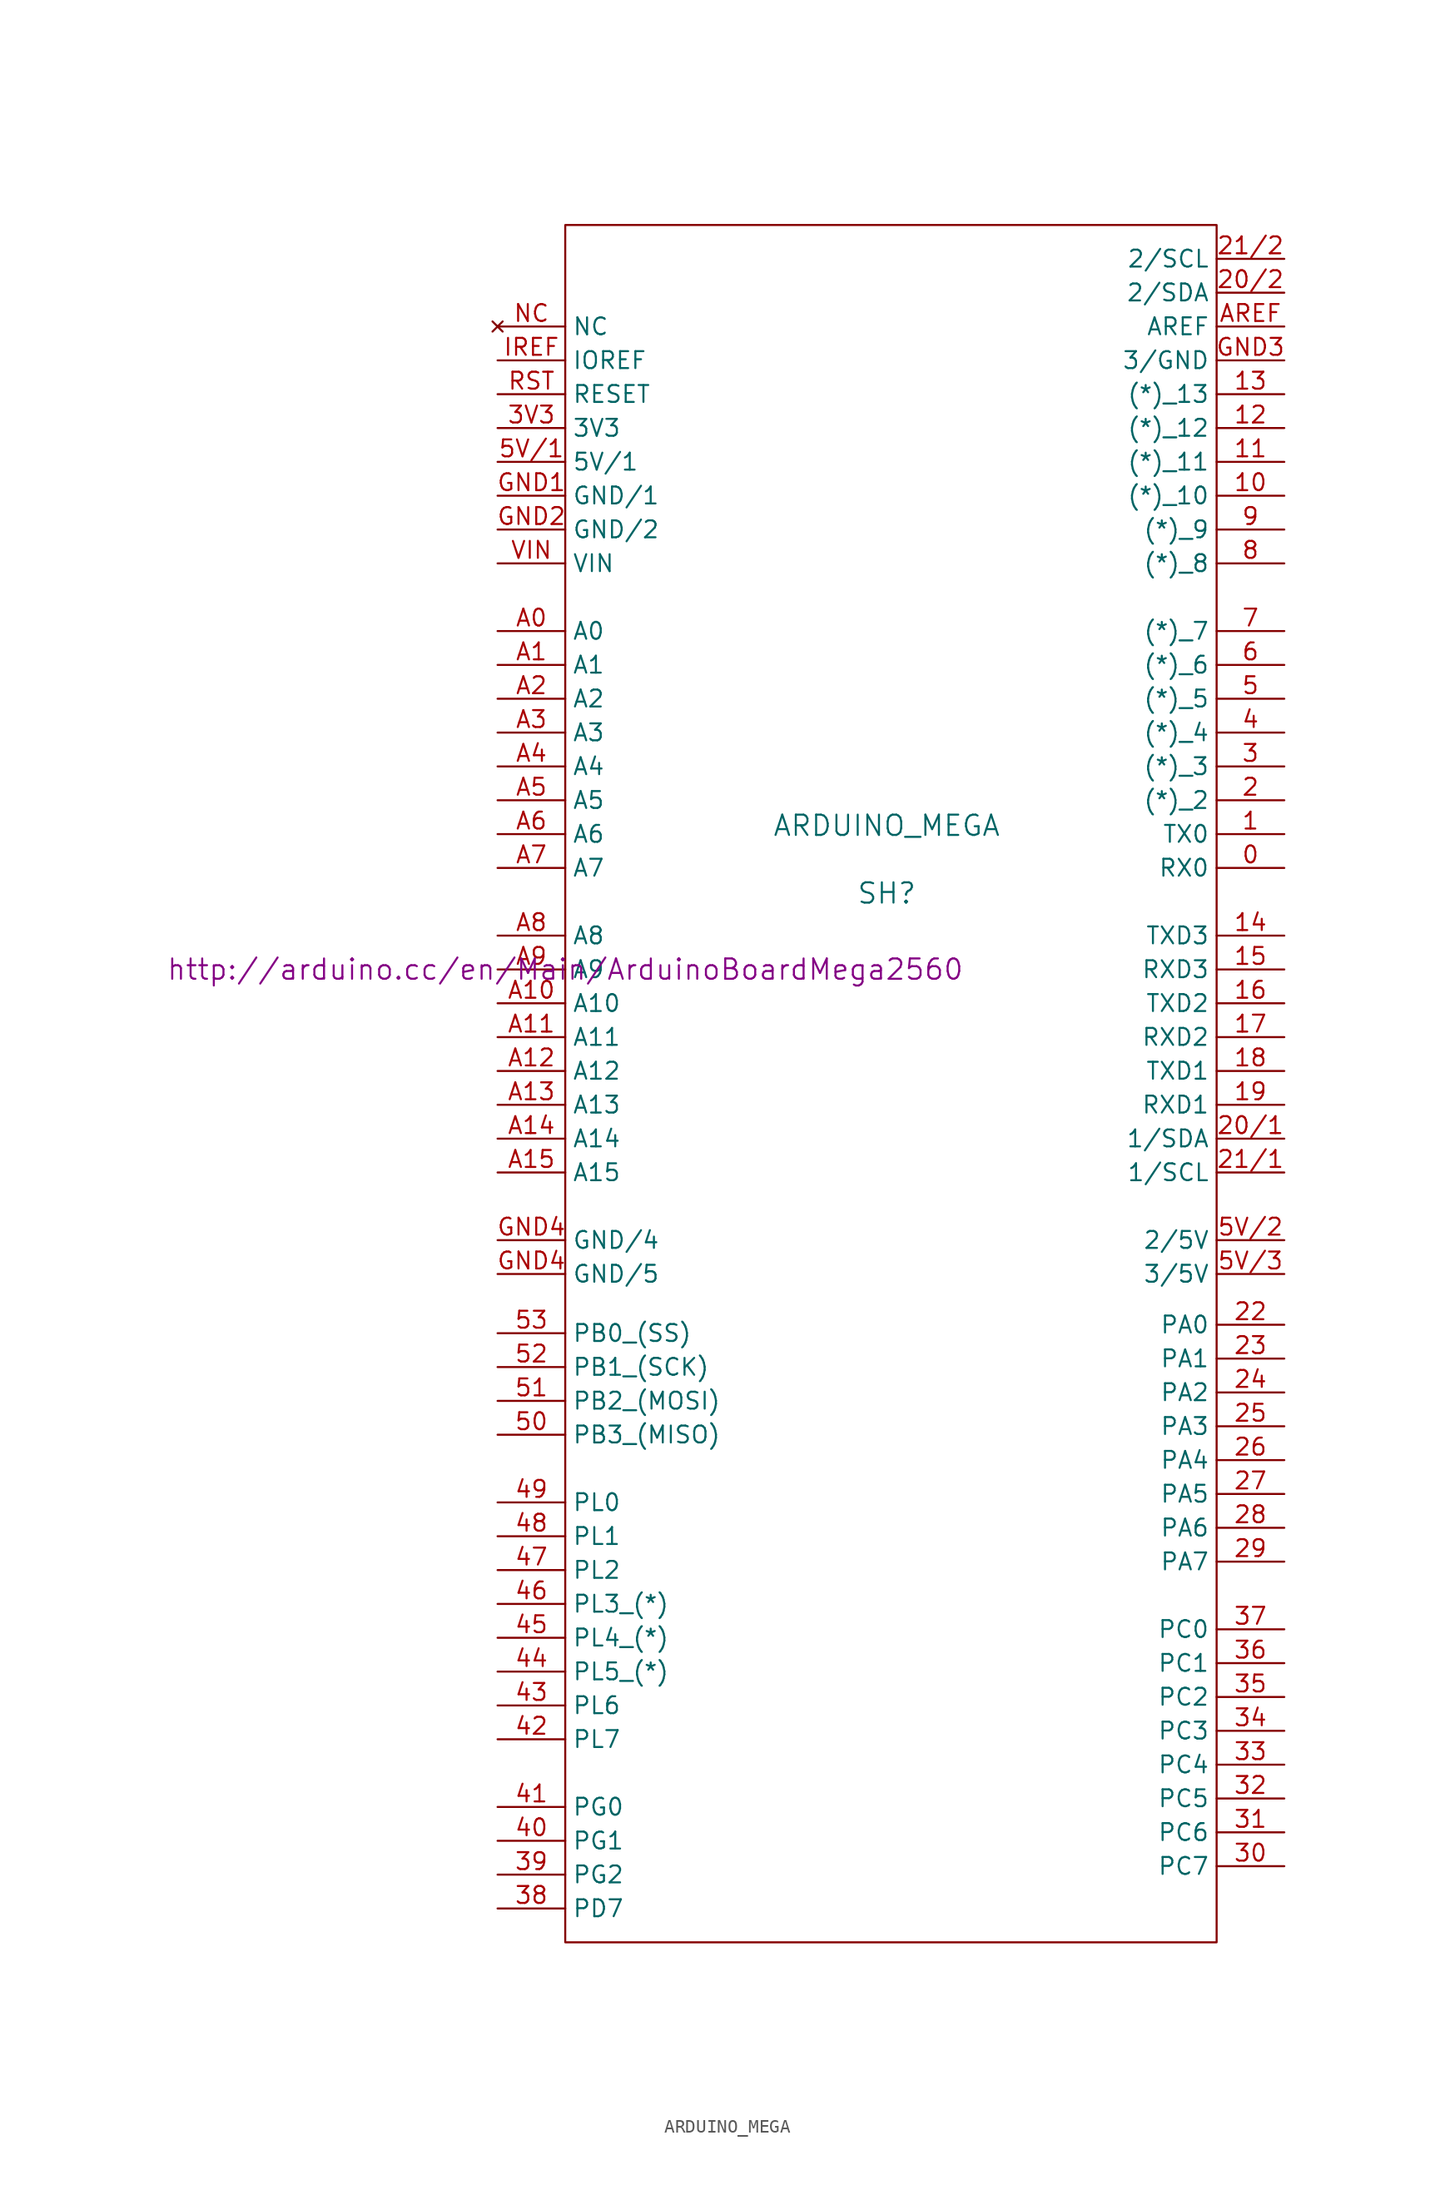
<source format=kicad_sym>
(kicad_symbol_lib
  (version 20201005)
  (generator kicad_symbol_editor)
  (symbol "Zimprich:ARDUINO_MEGA"
    (property "Reference" "SH"
      (at 0 13.335 0)
      (effects (font (size 1.524 1.524))))
    (property "Value" "ARDUINO_MEGA"
      (at 0 18.415 0)
      (effects (font (size 1.524 1.524))))
    (property "Footprint" ""
      (at -24.13 7.62 0)
      (effects (font (size 1.524 1.524))))
    (property "Datasheet" "http://arduino.cc/en/Main/ArduinoBoardMega2560"
      (at -24.13 7.62 0)
      (effects (font (size 1.524 1.524))))
    (symbol "ARDUINO_MEGA_0_1"
      (rectangle (start -24.13 -65.405) (end 24.765 63.5) (stroke (width 0)) (fill (type none))))
    (symbol "ARDUINO_MEGA_1_1"
      (pin input line (at 29.845 15.24 180) (length 5.08) (name "RX0" (effects (font (size 1.27 1.27)))) (number "0" (effects (font (size 1.27 1.27)))))
      (pin input line (at 29.845 17.78 180) (length 5.08) (name "TX0" (effects (font (size 1.27 1.27)))) (number "1" (effects (font (size 1.27 1.27)))))
      (pin input line (at 29.845 43.18 180) (length 5.08) (name "(*)_10" (effects (font (size 1.27 1.27)))) (number "10" (effects (font (size 1.27 1.27)))))
      (pin input line (at 29.845 45.72 180) (length 5.08) (name "(*)_11" (effects (font (size 1.27 1.27)))) (number "11" (effects (font (size 1.27 1.27)))))
      (pin input line (at 29.845 48.26 180) (length 5.08) (name "(*)_12" (effects (font (size 1.27 1.27)))) (number "12" (effects (font (size 1.27 1.27)))))
      (pin input line (at 29.845 50.8 180) (length 5.08) (name "(*)_13" (effects (font (size 1.27 1.27)))) (number "13" (effects (font (size 1.27 1.27)))))
      (pin input line (at 29.845 10.16 180) (length 5.08) (name "TXD3" (effects (font (size 1.27 1.27)))) (number "14" (effects (font (size 1.27 1.27)))))
      (pin input line (at 29.845 7.62 180) (length 5.08) (name "RXD3" (effects (font (size 1.27 1.27)))) (number "15" (effects (font (size 1.27 1.27)))))
      (pin input line (at 29.845 5.08 180) (length 5.08) (name "TXD2" (effects (font (size 1.27 1.27)))) (number "16" (effects (font (size 1.27 1.27)))))
      (pin input line (at 29.845 2.54 180) (length 5.08) (name "RXD2" (effects (font (size 1.27 1.27)))) (number "17" (effects (font (size 1.27 1.27)))))
      (pin input line (at 29.845 0 180) (length 5.08) (name "TXD1" (effects (font (size 1.27 1.27)))) (number "18" (effects (font (size 1.27 1.27)))))
      (pin input line (at 29.845 -2.54 180) (length 5.08) (name "RXD1" (effects (font (size 1.27 1.27)))) (number "19" (effects (font (size 1.27 1.27)))))
      (pin input line (at 29.845 20.32 180) (length 5.08) (name "(*)_2" (effects (font (size 1.27 1.27)))) (number "2" (effects (font (size 1.27 1.27)))))
      (pin input line (at 29.845 -5.08 180) (length 5.08) (name "1/SDA" (effects (font (size 1.27 1.27)))) (number "20/1" (effects (font (size 1.27 1.27)))))
      (pin input line (at 29.845 58.42 180) (length 5.08) (name "2/SDA" (effects (font (size 1.27 1.27)))) (number "20/2" (effects (font (size 1.27 1.27)))))
      (pin input line (at 29.845 -7.62 180) (length 5.08) (name "1/SCL" (effects (font (size 1.27 1.27)))) (number "21/1" (effects (font (size 1.27 1.27)))))
      (pin input line (at 29.845 60.96 180) (length 5.08) (name "2/SCL" (effects (font (size 1.27 1.27)))) (number "21/2" (effects (font (size 1.27 1.27)))))
      (pin input line (at 29.845 -19.05 180) (length 5.08) (name "PA0" (effects (font (size 1.27 1.27)))) (number "22" (effects (font (size 1.27 1.27)))))
      (pin input line (at 29.845 -21.59 180) (length 5.08) (name "PA1" (effects (font (size 1.27 1.27)))) (number "23" (effects (font (size 1.27 1.27)))))
      (pin input line (at 29.845 -24.13 180) (length 5.08) (name "PA2" (effects (font (size 1.27 1.27)))) (number "24" (effects (font (size 1.27 1.27)))))
      (pin input line (at 29.845 -26.67 180) (length 5.08) (name "PA3" (effects (font (size 1.27 1.27)))) (number "25" (effects (font (size 1.27 1.27)))))
      (pin input line (at 29.845 -29.21 180) (length 5.08) (name "PA4" (effects (font (size 1.27 1.27)))) (number "26" (effects (font (size 1.27 1.27)))))
      (pin input line (at 29.845 -31.75 180) (length 5.08) (name "PA5" (effects (font (size 1.27 1.27)))) (number "27" (effects (font (size 1.27 1.27)))))
      (pin input line (at 29.845 -34.29 180) (length 5.08) (name "PA6" (effects (font (size 1.27 1.27)))) (number "28" (effects (font (size 1.27 1.27)))))
      (pin input line (at 29.845 -36.83 180) (length 5.08) (name "PA7" (effects (font (size 1.27 1.27)))) (number "29" (effects (font (size 1.27 1.27)))))
      (pin input line (at 29.845 22.86 180) (length 5.08) (name "(*)_3" (effects (font (size 1.27 1.27)))) (number "3" (effects (font (size 1.27 1.27)))))
      (pin input line (at 29.845 -59.69 180) (length 5.08) (name "PC7" (effects (font (size 1.27 1.27)))) (number "30" (effects (font (size 1.27 1.27)))))
      (pin input line (at 29.845 -57.15 180) (length 5.08) (name "PC6" (effects (font (size 1.27 1.27)))) (number "31" (effects (font (size 1.27 1.27)))))
      (pin input line (at 29.845 -54.61 180) (length 5.08) (name "PC5" (effects (font (size 1.27 1.27)))) (number "32" (effects (font (size 1.27 1.27)))))
      (pin input line (at 29.845 -52.07 180) (length 5.08) (name "PC4" (effects (font (size 1.27 1.27)))) (number "33" (effects (font (size 1.27 1.27)))))
      (pin input line (at 29.845 -49.53 180) (length 5.08) (name "PC3" (effects (font (size 1.27 1.27)))) (number "34" (effects (font (size 1.27 1.27)))))
      (pin input line (at 29.845 -46.99 180) (length 5.08) (name "PC2" (effects (font (size 1.27 1.27)))) (number "35" (effects (font (size 1.27 1.27)))))
      (pin input line (at 29.845 -44.45 180) (length 5.08) (name "PC1" (effects (font (size 1.27 1.27)))) (number "36" (effects (font (size 1.27 1.27)))))
      (pin input line (at 29.845 -41.91 180) (length 5.08) (name "PC0" (effects (font (size 1.27 1.27)))) (number "37" (effects (font (size 1.27 1.27)))))
      (pin input line (at -29.21 -62.865 0) (length 5.08) (name "PD7" (effects (font (size 1.27 1.27)))) (number "38" (effects (font (size 1.27 1.27)))))
      (pin input line (at -29.21 -60.325 0) (length 5.08) (name "PG2" (effects (font (size 1.27 1.27)))) (number "39" (effects (font (size 1.27 1.27)))))
      (pin input line (at -29.21 48.26 0) (length 5.08) (name "3V3" (effects (font (size 1.27 1.27)))) (number "3V3" (effects (font (size 1.27 1.27)))))
      (pin input line (at 29.845 25.4 180) (length 5.08) (name "(*)_4" (effects (font (size 1.27 1.27)))) (number "4" (effects (font (size 1.27 1.27)))))
      (pin input line (at -29.21 -57.785 0) (length 5.08) (name "PG1" (effects (font (size 1.27 1.27)))) (number "40" (effects (font (size 1.27 1.27)))))
      (pin input line (at -29.21 -55.245 0) (length 5.08) (name "PG0" (effects (font (size 1.27 1.27)))) (number "41" (effects (font (size 1.27 1.27)))))
      (pin input line (at -29.21 -50.165 0) (length 5.08) (name "PL7" (effects (font (size 1.27 1.27)))) (number "42" (effects (font (size 1.27 1.27)))))
      (pin input line (at -29.21 -47.625 0) (length 5.08) (name "PL6" (effects (font (size 1.27 1.27)))) (number "43" (effects (font (size 1.27 1.27)))))
      (pin input line (at -29.21 -45.085 0) (length 5.08) (name "PL5_(*)" (effects (font (size 1.27 1.27)))) (number "44" (effects (font (size 1.27 1.27)))))
      (pin input line (at -29.21 -42.545 0) (length 5.08) (name "PL4_(*)" (effects (font (size 1.27 1.27)))) (number "45" (effects (font (size 1.27 1.27)))))
      (pin input line (at -29.21 -40.005 0) (length 5.08) (name "PL3_(*)" (effects (font (size 1.27 1.27)))) (number "46" (effects (font (size 1.27 1.27)))))
      (pin input line (at -29.21 -37.465 0) (length 5.08) (name "PL2" (effects (font (size 1.27 1.27)))) (number "47" (effects (font (size 1.27 1.27)))))
      (pin input line (at -29.21 -34.925 0) (length 5.08) (name "PL1" (effects (font (size 1.27 1.27)))) (number "48" (effects (font (size 1.27 1.27)))))
      (pin input line (at -29.21 -32.385 0) (length 5.08) (name "PL0" (effects (font (size 1.27 1.27)))) (number "49" (effects (font (size 1.27 1.27)))))
      (pin input line (at 29.845 27.94 180) (length 5.08) (name "(*)_5" (effects (font (size 1.27 1.27)))) (number "5" (effects (font (size 1.27 1.27)))))
      (pin input line (at -29.21 -27.305 0) (length 5.08) (name "PB3_(MISO)" (effects (font (size 1.27 1.27)))) (number "50" (effects (font (size 1.27 1.27)))))
      (pin input line (at -29.21 -24.765 0) (length 5.08) (name "PB2_(MOSI)" (effects (font (size 1.27 1.27)))) (number "51" (effects (font (size 1.27 1.27)))))
      (pin input line (at -29.21 -22.225 0) (length 5.08) (name "PB1_(SCK)" (effects (font (size 1.27 1.27)))) (number "52" (effects (font (size 1.27 1.27)))))
      (pin input line (at -29.21 -19.685 0) (length 5.08) (name "PB0_(SS)" (effects (font (size 1.27 1.27)))) (number "53" (effects (font (size 1.27 1.27)))))
      (pin input line (at -29.21 45.72 0) (length 5.08) (name "5V/1" (effects (font (size 1.27 1.27)))) (number "5V/1" (effects (font (size 1.27 1.27)))))
      (pin input line (at 29.845 -12.7 180) (length 5.08) (name "2/5V" (effects (font (size 1.27 1.27)))) (number "5V/2" (effects (font (size 1.27 1.27)))))
      (pin input line (at 29.845 -15.24 180) (length 5.08) (name "3/5V" (effects (font (size 1.27 1.27)))) (number "5V/3" (effects (font (size 1.27 1.27)))))
      (pin input line (at 29.845 30.48 180) (length 5.08) (name "(*)_6" (effects (font (size 1.27 1.27)))) (number "6" (effects (font (size 1.27 1.27)))))
      (pin input line (at 29.845 33.02 180) (length 5.08) (name "(*)_7" (effects (font (size 1.27 1.27)))) (number "7" (effects (font (size 1.27 1.27)))))
      (pin input line (at 29.845 38.1 180) (length 5.08) (name "(*)_8" (effects (font (size 1.27 1.27)))) (number "8" (effects (font (size 1.27 1.27)))))
      (pin input line (at 29.845 40.64 180) (length 5.08) (name "(*)_9" (effects (font (size 1.27 1.27)))) (number "9" (effects (font (size 1.27 1.27)))))
      (pin input line (at -29.21 33.02 0) (length 5.08) (name "A0" (effects (font (size 1.27 1.27)))) (number "A0" (effects (font (size 1.27 1.27)))))
      (pin input line (at -29.21 30.48 0) (length 5.08) (name "A1" (effects (font (size 1.27 1.27)))) (number "A1" (effects (font (size 1.27 1.27)))))
      (pin input line (at -29.21 5.08 0) (length 5.08) (name "A10" (effects (font (size 1.27 1.27)))) (number "A10" (effects (font (size 1.27 1.27)))))
      (pin input line (at -29.21 2.54 0) (length 5.08) (name "A11" (effects (font (size 1.27 1.27)))) (number "A11" (effects (font (size 1.27 1.27)))))
      (pin input line (at -29.21 0 0) (length 5.08) (name "A12" (effects (font (size 1.27 1.27)))) (number "A12" (effects (font (size 1.27 1.27)))))
      (pin input line (at -29.21 -2.54 0) (length 5.08) (name "A13" (effects (font (size 1.27 1.27)))) (number "A13" (effects (font (size 1.27 1.27)))))
      (pin input line (at -29.21 -5.08 0) (length 5.08) (name "A14" (effects (font (size 1.27 1.27)))) (number "A14" (effects (font (size 1.27 1.27)))))
      (pin input line (at -29.21 -7.62 0) (length 5.08) (name "A15" (effects (font (size 1.27 1.27)))) (number "A15" (effects (font (size 1.27 1.27)))))
      (pin input line (at -29.21 27.94 0) (length 5.08) (name "A2" (effects (font (size 1.27 1.27)))) (number "A2" (effects (font (size 1.27 1.27)))))
      (pin input line (at -29.21 25.4 0) (length 5.08) (name "A3" (effects (font (size 1.27 1.27)))) (number "A3" (effects (font (size 1.27 1.27)))))
      (pin input line (at -29.21 22.86 0) (length 5.08) (name "A4" (effects (font (size 1.27 1.27)))) (number "A4" (effects (font (size 1.27 1.27)))))
      (pin input line (at -29.21 20.32 0) (length 5.08) (name "A5" (effects (font (size 1.27 1.27)))) (number "A5" (effects (font (size 1.27 1.27)))))
      (pin input line (at -29.21 17.78 0) (length 5.08) (name "A6" (effects (font (size 1.27 1.27)))) (number "A6" (effects (font (size 1.27 1.27)))))
      (pin input line (at -29.21 15.24 0) (length 5.08) (name "A7" (effects (font (size 1.27 1.27)))) (number "A7" (effects (font (size 1.27 1.27)))))
      (pin input line (at -29.21 10.16 0) (length 5.08) (name "A8" (effects (font (size 1.27 1.27)))) (number "A8" (effects (font (size 1.27 1.27)))))
      (pin input line (at -29.21 7.62 0) (length 5.08) (name "A9" (effects (font (size 1.27 1.27)))) (number "A9" (effects (font (size 1.27 1.27)))))
      (pin input line (at 29.845 55.88 180) (length 5.08) (name "AREF" (effects (font (size 1.27 1.27)))) (number "AREF" (effects (font (size 1.27 1.27)))))
      (pin input line (at -29.21 43.18 0) (length 5.08) (name "GND/1" (effects (font (size 1.27 1.27)))) (number "GND1" (effects (font (size 1.27 1.27)))))
      (pin input line (at -29.21 40.64 0) (length 5.08) (name "GND/2" (effects (font (size 1.27 1.27)))) (number "GND2" (effects (font (size 1.27 1.27)))))
      (pin input line (at 29.845 53.34 180) (length 5.08) (name "3/GND" (effects (font (size 1.27 1.27)))) (number "GND3" (effects (font (size 1.27 1.27)))))
      (pin input line (at -29.21 -12.7 0) (length 5.08) (name "GND/4" (effects (font (size 1.27 1.27)))) (number "GND4" (effects (font (size 1.27 1.27)))))
      (pin input line (at -29.21 -15.24 0) (length 5.08) (name "GND/5" (effects (font (size 1.27 1.27)))) (number "GND4" (effects (font (size 1.27 1.27)))))
      (pin input line (at -29.21 53.34 0) (length 5.08) (name "IOREF" (effects (font (size 1.27 1.27)))) (number "IREF" (effects (font (size 1.27 1.27)))))
      (pin unconnected line (at -29.21 55.88 0) (length 5.08) (name "NC" (effects (font (size 1.27 1.27)))) (number "NC" (effects (font (size 1.27 1.27)))))
      (pin input line (at -29.21 50.8 0) (length 5.08) (name "RESET" (effects (font (size 1.27 1.27)))) (number "RST" (effects (font (size 1.27 1.27)))))
      (pin input line (at -29.21 38.1 0) (length 5.08) (name "VIN" (effects (font (size 1.27 1.27)))) (number "VIN" (effects (font (size 1.27 1.27))))))))
</source>
